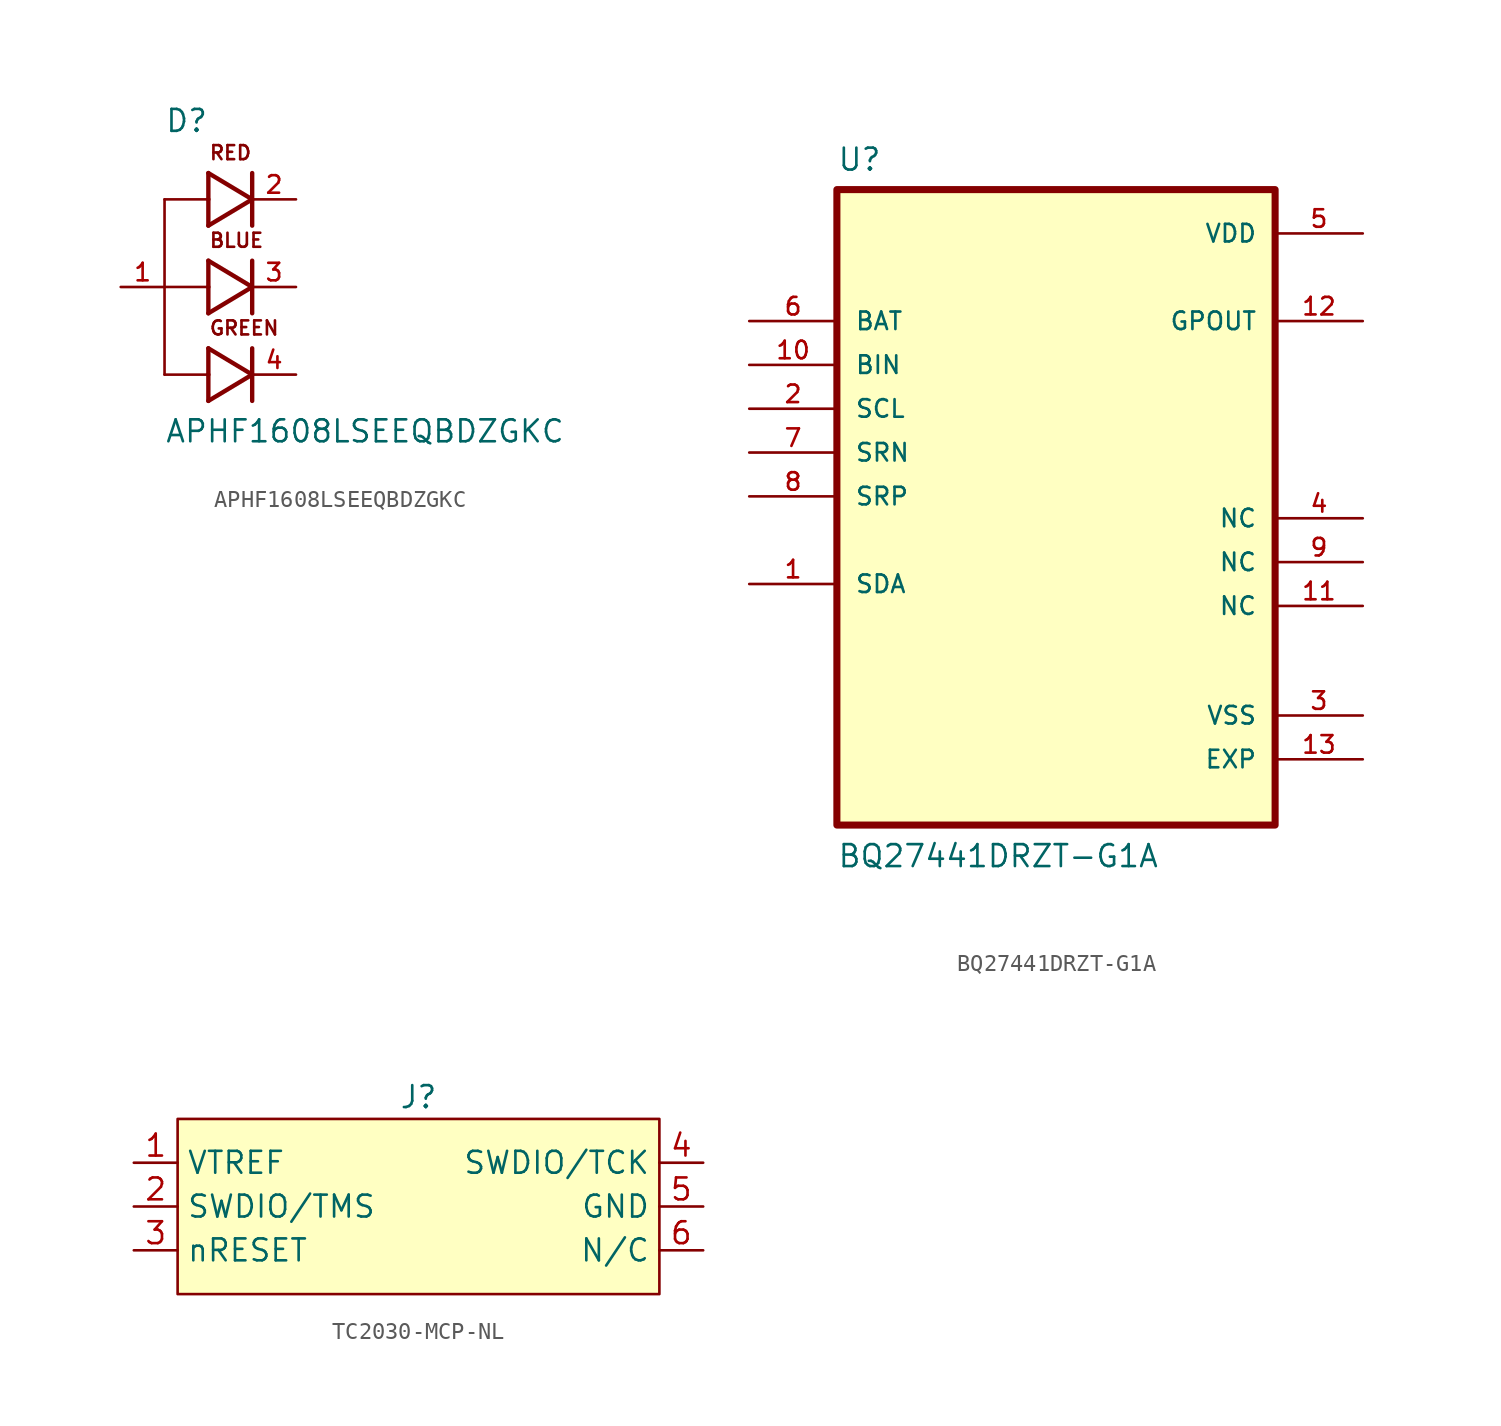
<source format=kicad_sym>
(kicad_symbol_lib
  (version 20241209)
  (generator "kicad_symbol_editor")
  (generator_version "9.0")
  (symbol "APHF1608LSEEQBDZGKC"
    (pin_names
      (offset 1.016))
    (property "Reference" "D"
      (at -2.54 8.89 0)
      (effects (font (size 1.27 1.27)) (justify left bottom)))
    (property "Value" "APHF1608LSEEQBDZGKC"
      (at -2.54 -7.62 0)
      (effects (font (size 1.27 1.27)) (justify left top)))
    (symbol "APHF1608LSEEQBDZGKC_0_0"
      (polyline (pts (xy -2.54 5.08) (xy 0 5.08)) (stroke (width 0.152) (type default)) (fill (type none)))
      (polyline (pts (xy -2.54 0) (xy -2.54 5.08)) (stroke (width 0.152) (type default)) (fill (type none)))
      (polyline (pts (xy -2.54 0) (xy 0 0)) (stroke (width 0.152) (type default)) (fill (type none)))
      (polyline (pts (xy -2.54 -5.08) (xy -2.54 0)) (stroke (width 0.152) (type default)) (fill (type none)))
      (polyline (pts (xy 0 6.604) (xy 2.54 5.08)) (stroke (width 0.254) (type default)) (fill (type none)))
      (polyline (pts (xy 0 5.08) (xy 0 6.604)) (stroke (width 0.254) (type default)) (fill (type none)))
      (polyline (pts (xy 0 3.556) (xy 0 5.08)) (stroke (width 0.254) (type default)) (fill (type none)))
      (polyline (pts (xy 0 1.524) (xy 2.54 0)) (stroke (width 0.254) (type default)) (fill (type none)))
      (polyline (pts (xy 0 0) (xy 0 1.524)) (stroke (width 0.254) (type default)) (fill (type none)))
      (polyline (pts (xy 0 -1.524) (xy 0 0)) (stroke (width 0.254) (type default)) (fill (type none)))
      (polyline (pts (xy 0 -3.556) (xy 2.54 -5.08)) (stroke (width 0.254) (type default)) (fill (type none)))
      (polyline (pts (xy 0 -5.08) (xy -2.54 -5.08)) (stroke (width 0.152) (type default)) (fill (type none)))
      (polyline (pts (xy 0 -5.08) (xy 0 -3.556)) (stroke (width 0.254) (type default)) (fill (type none)))
      (polyline (pts (xy 0 -6.604) (xy 0 -5.08)) (stroke (width 0.254) (type default)) (fill (type none)))
      (polyline (pts (xy 2.54 5.08) (xy 0 3.556)) (stroke (width 0.254) (type default)) (fill (type none)))
      (polyline (pts (xy 2.54 3.556) (xy 2.54 6.604)) (stroke (width 0.254) (type default)) (fill (type none)))
      (polyline (pts (xy 2.54 0) (xy 0 -1.524)) (stroke (width 0.254) (type default)) (fill (type none)))
      (polyline (pts (xy 2.54 -1.524) (xy 2.54 1.524)) (stroke (width 0.254) (type default)) (fill (type none)))
      (polyline (pts (xy 2.54 -5.08) (xy 0 -6.604)) (stroke (width 0.254) (type default)) (fill (type none)))
      (polyline (pts (xy 2.54 -6.604) (xy 2.54 -3.556)) (stroke (width 0.254) (type default)) (fill (type none)))
      (text "RED" (at 0 7.303 0) (effects (font (size 0.814 0.814)) (justify left bottom)))
      (text "BLUE" (at 0 2.223 0) (effects (font (size 0.814 0.814)) (justify left bottom)))
      (text "GREEN" (at 0 -2.857 0) (effects (font (size 0.814 0.814)) (justify left bottom)))
      (pin passive line (at -5.08 0 0) (length 2.54) (name "~" (effects (font (size 1.016 1.016)))) (number "1" (effects (font (size 1.016 1.016)))))
      (pin passive line (at 5.08 5.08 180) (length 2.54) (name "~" (effects (font (size 1.016 1.016)))) (number "2" (effects (font (size 1.016 1.016)))))
      (pin passive line (at 5.08 0 180) (length 2.54) (name "~" (effects (font (size 1.016 1.016)))) (number "3" (effects (font (size 1.016 1.016)))))
      (pin passive line (at 5.08 -5.08 180) (length 2.54) (name "~" (effects (font (size 1.016 1.016)))) (number "4" (effects (font (size 1.016 1.016)))))))
  (symbol "BQ27441DRZT-G1A"
    (pin_names
      (offset 1.016))
    (property "Reference" "U"
      (at -12.7 18.78 0)
      (effects (font (size 1.27 1.27)) (justify left bottom)))
    (property "Value" "BQ27441DRZT-G1A"
      (at -12.7 -21.59 0)
      (effects (font (size 1.27 1.27)) (justify left bottom)))
    (symbol "BQ27441DRZT-G1A_0_0"
      (rectangle (start -12.7 17.78) (end 12.7 -19.05) (stroke (width 0.41) (type default)) (fill (type background)))
      (pin input line (at -17.78 10.16 0) (length 5.08) (name "BAT" (effects (font (size 1.016 1.016)))) (number "6" (effects (font (size 1.016 1.016)))))
      (pin input line (at -17.78 7.62 0) (length 5.08) (name "BIN" (effects (font (size 1.016 1.016)))) (number "10" (effects (font (size 1.016 1.016)))))
      (pin input line (at -17.78 5.08 0) (length 5.08) (name "SCL" (effects (font (size 1.016 1.016)))) (number "2" (effects (font (size 1.016 1.016)))))
      (pin input line (at -17.78 2.54 0) (length 5.08) (name "SRN" (effects (font (size 1.016 1.016)))) (number "7" (effects (font (size 1.016 1.016)))))
      (pin input line (at -17.78 0 0) (length 5.08) (name "SRP" (effects (font (size 1.016 1.016)))) (number "8" (effects (font (size 1.016 1.016)))))
      (pin bidirectional line (at -17.78 -5.08 0) (length 5.08) (name "SDA" (effects (font (size 1.016 1.016)))) (number "1" (effects (font (size 1.016 1.016)))))
      (pin power_in line (at 17.78 15.24 180) (length 5.08) (name "VDD" (effects (font (size 1.016 1.016)))) (number "5" (effects (font (size 1.016 1.016)))))
      (pin output line (at 17.78 10.16 180) (length 5.08) (name "GPOUT" (effects (font (size 1.016 1.016)))) (number "12" (effects (font (size 1.016 1.016)))))
      (pin power_in line (at 17.78 -12.7 180) (length 5.08) (name "VSS" (effects (font (size 1.016 1.016)))) (number "3" (effects (font (size 1.016 1.016)))))
      (pin power_in line (at 17.78 -15.24 180) (length 5.08) (name "EXP" (effects (font (size 1.016 1.016)))) (number "13" (effects (font (size 1.016 1.016))))))
    (symbol "BQ27441DRZT-G1A_1_0"
      (pin power_in line (at 17.78 -1.27 180) (length 5.08) (name "NC" (effects (font (size 1.016 1.016)))) (number "4" (effects (font (size 1.016 1.016)))))
      (pin power_in line (at 17.78 -3.81 180) (length 5.08) (name "NC" (effects (font (size 1.016 1.016)))) (number "9" (effects (font (size 1.016 1.016)))))
      (pin power_in line (at 17.78 -6.35 180) (length 5.08) (name "NC" (effects (font (size 1.016 1.016)))) (number "11" (effects (font (size 1.016 1.016)))))))
  (symbol "TC2030-MCP-NL"
    (property "Reference" "J"
      (at 0 6.35 0)
      (effects (font (size 1.27 1.27))))
    (property "Value" ""
      (at -7.62 0 0)
      (effects (font (size 1.27 1.27))))
    (symbol "TC2030-MCP-NL_1_1"
      (rectangle (start -13.97 5.08) (end 13.97 -5.08) (stroke (width 0) (type default)) (fill (type background)))
      (pin input line (at -16.51 2.54 0) (length 2.54) (name "VTREF" (effects (font (size 1.27 1.27)))) (number "1" (effects (font (size 1.27 1.27)))))
      (pin input line (at -16.51 0 0) (length 2.54) (name "SWDIO/TMS" (effects (font (size 1.27 1.27)))) (number "2" (effects (font (size 1.27 1.27)))))
      (pin input line (at -16.51 -2.54 0) (length 2.54) (name "nRESET" (effects (font (size 1.27 1.27)))) (number "3" (effects (font (size 1.27 1.27)))))
      (pin input line (at 16.51 2.54 180) (length 2.54) (name "SWDIO/TCK" (effects (font (size 1.27 1.27)))) (number "4" (effects (font (size 1.27 1.27)))))
      (pin input line (at 16.51 0 180) (length 2.54) (name "GND" (effects (font (size 1.27 1.27)))) (number "5" (effects (font (size 1.27 1.27)))))
      (pin input line (at 16.51 -2.54 180) (length 2.54) (name "N/C" (effects (font (size 1.27 1.27)))) (number "6" (effects (font (size 1.27 1.27))))))))
</source>
